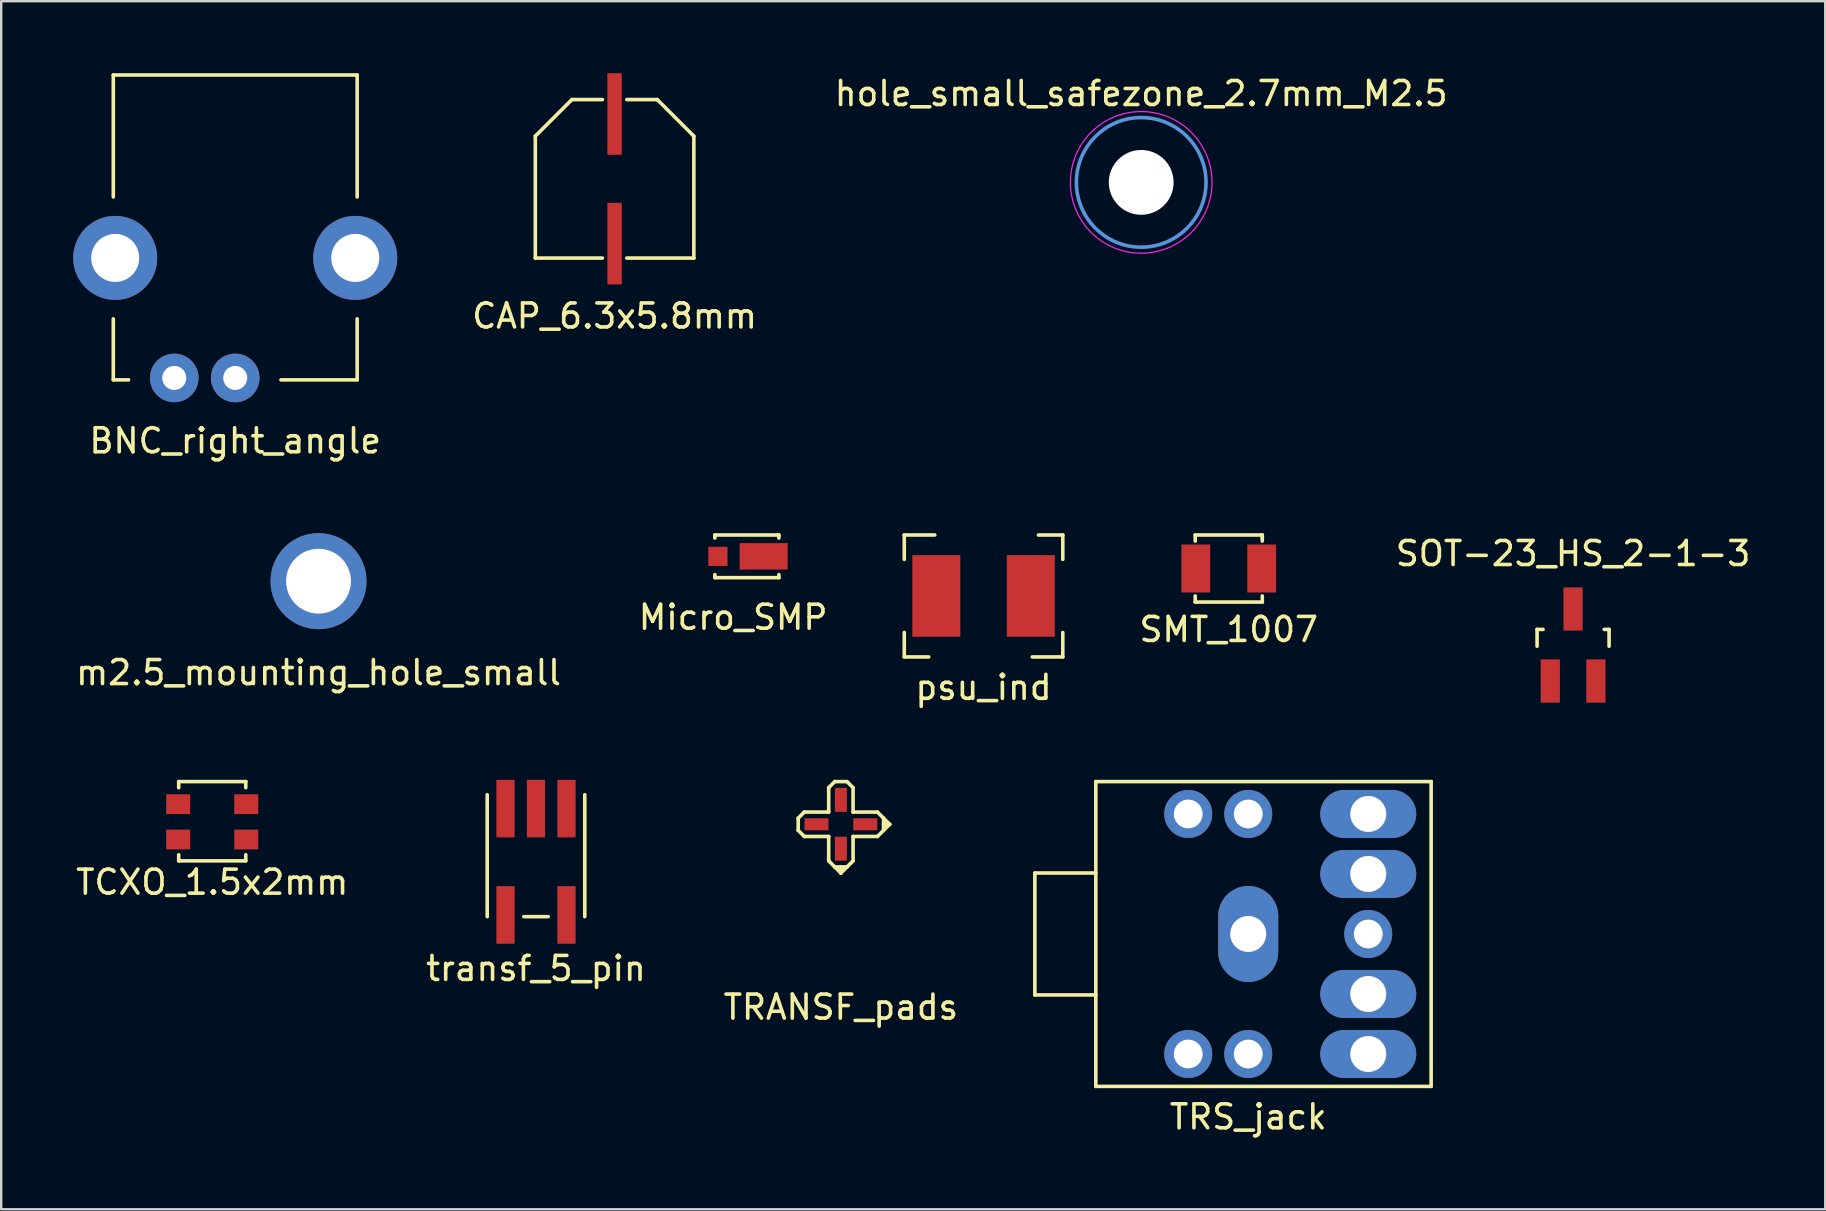
<source format=kicad_pcb>
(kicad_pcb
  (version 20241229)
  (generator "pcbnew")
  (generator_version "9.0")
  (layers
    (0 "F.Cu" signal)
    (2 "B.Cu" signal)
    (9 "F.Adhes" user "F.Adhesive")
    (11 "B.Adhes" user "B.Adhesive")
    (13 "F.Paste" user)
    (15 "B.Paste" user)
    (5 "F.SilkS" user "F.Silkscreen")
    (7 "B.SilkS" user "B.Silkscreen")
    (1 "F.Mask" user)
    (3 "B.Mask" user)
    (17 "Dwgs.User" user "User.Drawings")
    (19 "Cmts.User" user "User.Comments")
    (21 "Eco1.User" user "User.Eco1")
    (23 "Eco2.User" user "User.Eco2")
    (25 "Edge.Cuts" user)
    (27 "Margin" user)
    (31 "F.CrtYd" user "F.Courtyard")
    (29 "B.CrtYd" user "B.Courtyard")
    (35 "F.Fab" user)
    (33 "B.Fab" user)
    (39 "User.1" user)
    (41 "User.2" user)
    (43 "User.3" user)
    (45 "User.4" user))
  (footprint "m2.5_mounting_hole_small"
    (layer "F.Cu")
    (at 10.22 21.163)
    (property "Reference" "m2.5_mounting_hole_small" (at 0 3.81 0) (layer "F.SilkS") (effects (font (size 1 1) (thickness 0.15))))
    (attr through_hole)
    (pad "1" thru_hole circle (at 0 0) (size 4 4) (drill 2.7) (layers "*.Cu" "*.Mask")))
  (footprint "TRS_jack"
    (layer "F.Cu")
    (at 48.953 35.861)
    (property "Reference" "TRS_jack" (at 0 7.62 0) (layer "F.SilkS") (effects (font (size 1 1) (thickness 0.15))))
    (attr through_hole)
    (fp_line (start -8.89 -2.54) (end -8.89 2.54) (stroke (width 0.15) (type solid)) (layer "F.SilkS"))
    (fp_line (start -8.89 2.54) (end -6.35 2.54) (stroke (width 0.15) (type solid)) (layer "F.SilkS"))
    (fp_line (start -6.35 -6.35) (end 7.62 -6.35) (stroke (width 0.15) (type solid)) (layer "F.SilkS"))
    (fp_line (start -6.35 -2.54) (end -8.89 -2.54) (stroke (width 0.15) (type solid)) (layer "F.SilkS"))
    (fp_line (start -6.35 6.35) (end -6.35 -6.35) (stroke (width 0.15) (type solid)) (layer "F.SilkS"))
    (fp_line (start 7.62 -6.35) (end 7.62 6.35) (stroke (width 0.15) (type solid)) (layer "F.SilkS"))
    (fp_line (start 7.62 6.35) (end -6.35 6.35) (stroke (width 0.15) (type solid)) (layer "F.SilkS"))
    (pad "" thru_hole circle (at -2.5 -5) (size 2 2) (drill 1.2) (layers "*.Cu" "*.Mask"))
    (pad "" thru_hole circle (at -2.5 5) (size 2 2) (drill 1.2) (layers "*.Cu" "*.Mask"))
    (pad "" thru_hole circle (at 0 -5) (size 2 2) (drill 1.2) (layers "*.Cu" "*.Mask"))
    (pad "" thru_hole circle (at 0 5) (size 2 2) (drill 1.2) (layers "*.Cu" "*.Mask"))
    (pad "" thru_hole circle (at 5 0) (size 2 2) (drill 1.2) (layers "*.Cu" "*.Mask"))
    (pad "1" thru_hole oval (at 0 0) (size 2.5 4) (drill 1.5) (layers "*.Cu" "*.Mask"))
    (pad "2" thru_hole oval (at 5 5) (size 4 2) (drill 1.5) (layers "*.Cu" "*.Mask"))
    (pad "3" thru_hole oval (at 5 -5) (size 4 2) (drill 1.5) (layers "*.Cu" "*.Mask"))
    (pad "4" thru_hole oval (at 5 2.5) (size 4 2) (drill 1.5) (layers "*.Cu" "*.Mask"))
    (pad "5" thru_hole oval (at 5 -2.5) (size 4 2) (drill 1.5) (layers "*.Cu" "*.Mask")))
  (footprint "Micro_SMP"
    (layer "F.Cu")
    (at 27.494 20.127)
    (property "Reference" "Micro_SMP" (at 0 2.54 0) (layer "F.SilkS") (effects (font (size 1 1) (thickness 0.15))))
    (attr through_hole)
    (fp_line (start -0.762 -0.889) (end -0.762 -0.762) (stroke (width 0.15) (type solid)) (layer "F.SilkS"))
    (fp_line (start -0.762 -0.889) (end 1.905 -0.889) (stroke (width 0.15) (type solid)) (layer "F.SilkS"))
    (fp_line (start -0.762 0.889) (end -0.762 0.762) (stroke (width 0.15) (type solid)) (layer "F.SilkS"))
    (fp_line (start -0.762 0.889) (end 1.905 0.889) (stroke (width 0.15) (type solid)) (layer "F.SilkS"))
    (fp_line (start 1.905 -0.889) (end 1.905 -0.762) (stroke (width 0.15) (type solid)) (layer "F.SilkS"))
    (fp_line (start 1.905 0.889) (end 1.905 0.762) (stroke (width 0.15) (type solid)) (layer "F.SilkS"))
    (pad "1" smd rect (at -0.635 0) (size 0.8 0.8) (layers "F.Cu" "F.Mask" "F.Paste"))
    (pad "2" smd rect (at 1.27 0) (size 2 1.1) (layers "F.Cu" "F.Mask" "F.Paste")))
  (footprint "transf_5_pin"
    (layer "F.Cu")
    (at 19.28 32.852)
    (property "Reference" "transf_5_pin" (at 0 4.445 0) (layer "F.SilkS") (effects (font (size 1 1) (thickness 0.15))))
    (attr through_hole)
    (fp_line (start -2.032 -2.794) (end -2.032 2.286) (stroke (width 0.15) (type solid)) (layer "F.SilkS"))
    (fp_line (start -0.508 2.286) (end 0.508 2.286) (stroke (width 0.15) (type solid)) (layer "F.SilkS"))
    (fp_line (start 2.032 -2.794) (end 2.032 2.286) (stroke (width 0.15) (type solid)) (layer "F.SilkS"))
    (pad "1" smd rect (at -1.27 2.215) (size 0.76 2.4) (layers "F.Cu" "F.Mask" "F.Paste"))
    (pad "2" smd rect (at 1.27 2.215) (size 0.76 2.4) (layers "F.Cu" "F.Mask" "F.Paste"))
    (pad "3" smd rect (at -1.27 -2.215) (size 0.76 2.4) (layers "F.Cu" "F.Mask" "F.Paste"))
    (pad "4" smd rect (at 0 -2.215) (size 0.76 2.4) (layers "F.Cu" "F.Mask" "F.Paste"))
    (pad "6" smd rect (at 1.27 -2.215) (size 0.76 2.4) (layers "F.Cu" "F.Mask" "F.Paste")))
  (footprint "SOT-23_HS_2-1-3"
    (layer "F.Cu")
    (at 62.486 23.822)
    (property "Reference" "SOT-23_HS_2-1-3" (at 0 -3.81 0) (layer "F.SilkS") (effects (font (size 1 1) (thickness 0.15))))
    (attr smd)
    (fp_line (start -1.5 -0.65) (end -1.251 -0.65) (stroke (width 0.15) (type solid)) (layer "F.SilkS"))
    (fp_line (start -1.5 0.051) (end -1.5 -0.65) (stroke (width 0.15) (type solid)) (layer "F.SilkS"))
    (fp_line (start 1.299 -0.65) (end 1.5 -0.65) (stroke (width 0.15) (type solid)) (layer "F.SilkS"))
    (fp_line (start 1.5 -0.65) (end 1.5 0.051) (stroke (width 0.15) (type solid)) (layer "F.SilkS"))
    (pad "1" smd rect (at 0 -1.501) (size 0.8 1.801) (layers "F.Cu" "F.Mask" "F.Paste"))
    (pad "2" smd rect (at -0.95 1.501) (size 0.8 1.801) (layers "F.Cu" "F.Mask" "F.Paste"))
    (pad "3" smd rect (at 0.95 1.501) (size 0.8 1.801) (layers "F.Cu" "F.Mask" "F.Paste")))
  (footprint "psu_ind"
    (layer "F.Cu")
    (at 37.925 21.778)
    (property "Reference" "psu_ind" (at 0 3.81 0) (layer "F.SilkS") (effects (font (size 1 1) (thickness 0.15))))
    (attr through_hole)
    (fp_line (start -3.302 -2.54) (end -3.302 -1.524) (stroke (width 0.15) (type solid)) (layer "F.SilkS"))
    (fp_line (start -3.302 1.524) (end -3.302 2.54) (stroke (width 0.15) (type solid)) (layer "F.SilkS"))
    (fp_line (start -3.302 2.54) (end -2.286 2.54) (stroke (width 0.15) (type solid)) (layer "F.SilkS"))
    (fp_line (start -2.032 -2.54) (end -3.302 -2.54) (stroke (width 0.15) (type solid)) (layer "F.SilkS"))
    (fp_line (start 2.032 2.54) (end 3.302 2.54) (stroke (width 0.15) (type solid)) (layer "F.SilkS"))
    (fp_line (start 2.286 -2.54) (end 3.302 -2.54) (stroke (width 0.15) (type solid)) (layer "F.SilkS"))
    (fp_line (start 3.302 -2.54) (end 3.302 -1.524) (stroke (width 0.15) (type solid)) (layer "F.SilkS"))
    (fp_line (start 3.302 2.54) (end 3.302 1.524) (stroke (width 0.15) (type solid)) (layer "F.SilkS"))
    (pad "1" smd rect (at -1.968 0) (size 2 3.4) (layers "F.Cu" "F.Mask" "F.Paste"))
    (pad "2" smd rect (at 1.968 0) (size 2 3.4) (layers "F.Cu" "F.Mask" "F.Paste")))
  (footprint "BNC_right_angle"
    (layer "F.Cu")
    (at 6.75 7.695)
    (property "Reference" "BNC_right_angle" (at 0 7.62 0) (layer "F.SilkS") (effects (font (size 1 1) (thickness 0.15))))
    (attr through_hole)
    (fp_line (start -5.08 -7.62) (end 5.08 -7.62) (stroke (width 0.15) (type solid)) (layer "F.SilkS"))
    (fp_line (start -5.08 -2.54) (end -5.08 -7.62) (stroke (width 0.15) (type solid)) (layer "F.SilkS"))
    (fp_line (start -5.08 5.08) (end -5.08 2.54) (stroke (width 0.15) (type solid)) (layer "F.SilkS"))
    (fp_line (start -4.445 5.08) (end -5.08 5.08) (stroke (width 0.15) (type solid)) (layer "F.SilkS"))
    (fp_line (start 5.08 -7.62) (end 5.08 -2.54) (stroke (width 0.15) (type solid)) (layer "F.SilkS"))
    (fp_line (start 5.08 2.54) (end 5.08 5.08) (stroke (width 0.15) (type solid)) (layer "F.SilkS"))
    (fp_line (start 5.08 5.08) (end 1.905 5.08) (stroke (width 0.15) (type solid)) (layer "F.SilkS"))
    (pad "" thru_hole circle (at -5 0) (size 3.5 3.5) (drill 2) (layers "*.Cu" "*.Mask"))
    (pad "" thru_hole circle (at 5 0) (size 3.5 3.5) (drill 2) (layers "*.Cu" "*.Mask"))
    (pad "1" thru_hole circle (at 0 5) (size 2.024 2.024) (drill 1) (layers "*.Cu" "*.Mask"))
    (pad "2" thru_hole circle (at -2.54 5) (size 2.024 2.024) (drill 1) (layers "*.Cu" "*.Mask")))
  (footprint "TCXO_1.5x2mm"
    (layer "F.Cu")
    (at 5.792 31.163)
    (property "Reference" "TCXO_1.5x2mm" (at 0 2.54 0) (layer "F.SilkS") (effects (font (size 1 1) (thickness 0.15))))
    (attr through_hole)
    (fp_line (start -1.397 -1.651) (end 1.397 -1.651) (stroke (width 0.15) (type solid)) (layer "F.SilkS"))
    (fp_line (start -1.397 -1.397) (end -1.397 -1.651) (stroke (width 0.15) (type solid)) (layer "F.SilkS"))
    (fp_line (start -1.397 1.397) (end -1.397 1.651) (stroke (width 0.15) (type solid)) (layer "F.SilkS"))
    (fp_line (start -1.397 1.651) (end 1.397 1.651) (stroke (width 0.15) (type solid)) (layer "F.SilkS"))
    (fp_line (start 1.397 -1.651) (end 1.397 -1.397) (stroke (width 0.15) (type solid)) (layer "F.SilkS"))
    (fp_line (start 1.397 1.651) (end 1.397 1.397) (stroke (width 0.15) (type solid)) (layer "F.SilkS"))
    (pad "1" smd rect (at -1.418 0.762) (size 1 0.825) (layers "F.Cu" "F.Mask" "F.Paste"))
    (pad "3" smd rect (at 1.418 0.762) (size 1 0.825) (layers "F.Cu" "F.Mask" "F.Paste"))
    (pad "4" smd rect (at 1.418 -0.711) (size 1 0.825) (layers "F.Cu" "F.Mask" "F.Paste"))
    (pad "6" smd rect (at -1.418 -0.711) (size 1 0.825) (layers "F.Cu" "F.Mask" "F.Paste")))
  (footprint "TRANSF_pads"
    (layer "F.Cu")
    (at 31.982 31.29)
    (property "Reference" "TRANSF_pads" (at 0 7.62 0) (layer "F.SilkS") (effects (font (size 1 1) (thickness 0.15))))
    (attr through_hole)
    (fp_line (start -1.778 -0.254) (end -1.778 0.254) (stroke (width 0.15) (type solid)) (layer "F.SilkS"))
    (fp_line (start -1.778 0.254) (end -1.524 0.508) (stroke (width 0.15) (type solid)) (layer "F.SilkS"))
    (fp_line (start -1.524 -0.508) (end -1.778 -0.254) (stroke (width 0.15) (type solid)) (layer "F.SilkS"))
    (fp_line (start -1.524 0.508) (end -0.508 0.508) (stroke (width 0.15) (type solid)) (layer "F.SilkS"))
    (fp_line (start -0.508 -1.524) (end -0.508 -0.508) (stroke (width 0.15) (type solid)) (layer "F.SilkS"))
    (fp_line (start -0.508 -0.508) (end -1.524 -0.508) (stroke (width 0.15) (type solid)) (layer "F.SilkS"))
    (fp_line (start -0.508 0.508) (end -0.508 1.524) (stroke (width 0.15) (type solid)) (layer "F.SilkS"))
    (fp_line (start -0.508 1.524) (end -0.254 1.778) (stroke (width 0.15) (type solid)) (layer "F.SilkS"))
    (fp_line (start -0.254 -1.778) (end -0.508 -1.524) (stroke (width 0.15) (type solid)) (layer "F.SilkS"))
    (fp_line (start -0.254 1.778) (end 0.254 1.778) (stroke (width 0.15) (type solid)) (layer "F.SilkS"))
    (fp_line (start 0 1.778) (end 0 2.032) (stroke (width 0.15) (type solid)) (layer "F.SilkS"))
    (fp_line (start 0 2.032) (end -0.254 1.778) (stroke (width 0.15) (type solid)) (layer "F.SilkS"))
    (fp_line (start 0 2.032) (end 0.254 1.778) (stroke (width 0.15) (type solid)) (layer "F.SilkS"))
    (fp_line (start 0.254 -1.778) (end -0.254 -1.778) (stroke (width 0.15) (type solid)) (layer "F.SilkS"))
    (fp_line (start 0.254 1.778) (end 0.508 1.524) (stroke (width 0.15) (type solid)) (layer "F.SilkS"))
    (fp_line (start 0.508 -1.524) (end 0.254 -1.778) (stroke (width 0.15) (type solid)) (layer "F.SilkS"))
    (fp_line (start 0.508 -0.508) (end 0.508 -1.524) (stroke (width 0.15) (type solid)) (layer "F.SilkS"))
    (fp_line (start 0.508 0.508) (end 1.524 0.508) (stroke (width 0.15) (type solid)) (layer "F.SilkS"))
    (fp_line (start 0.508 1.524) (end 0.508 0.508) (stroke (width 0.15) (type solid)) (layer "F.SilkS"))
    (fp_line (start 1.524 -0.508) (end 0.508 -0.508) (stroke (width 0.15) (type solid)) (layer "F.SilkS"))
    (fp_line (start 1.524 0.508) (end 1.778 0.254) (stroke (width 0.15) (type solid)) (layer "F.SilkS"))
    (fp_line (start 1.778 -0.254) (end 1.524 -0.508) (stroke (width 0.15) (type solid)) (layer "F.SilkS"))
    (fp_line (start 1.778 0) (end 2.032 0) (stroke (width 0.15) (type solid)) (layer "F.SilkS"))
    (fp_line (start 1.778 0.254) (end 1.778 -0.254) (stroke (width 0.15) (type solid)) (layer "F.SilkS"))
    (fp_line (start 2.032 0) (end 1.778 -0.254) (stroke (width 0.15) (type solid)) (layer "F.SilkS"))
    (fp_line (start 2.032 0) (end 1.778 0.254) (stroke (width 0.15) (type solid)) (layer "F.SilkS"))
    (pad "1" smd rect (at 0 -1.016) (size 0.5 1) (layers "F.Cu" "F.Mask" "F.Paste"))
    (pad "2" smd rect (at 0 1.016) (size 0.5 1) (layers "F.Cu" "F.Mask" "F.Paste"))
    (pad "3" smd rect (at -1.016 0) (size 1 0.5) (layers "F.Cu" "F.Mask" "F.Paste"))
    (pad "4" smd rect (at 1.016 0) (size 1 0.5) (layers "F.Cu" "F.Mask" "F.Paste")))
  (footprint "CAP_6.3x5.8mm"
    (layer "F.Cu")
    (at 22.554 4.4)
    (property "Reference" "CAP_6.3x5.8mm" (at 0 5.715 0) (layer "F.SilkS") (effects (font (size 1 1) (thickness 0.15))))
    (attr through_hole)
    (fp_line (start -3.302 -1.778) (end -3.302 3.302) (stroke (width 0.15) (type solid)) (layer "F.SilkS"))
    (fp_line (start -3.302 -1.778) (end -1.778 -3.302) (stroke (width 0.15) (type solid)) (layer "F.SilkS"))
    (fp_line (start -3.302 3.302) (end -0.508 3.302) (stroke (width 0.15) (type solid)) (layer "F.SilkS"))
    (fp_line (start -1.778 -3.302) (end -0.508 -3.302) (stroke (width 0.15) (type solid)) (layer "F.SilkS"))
    (fp_line (start 1.778 -3.302) (end 0.508 -3.302) (stroke (width 0.15) (type solid)) (layer "F.SilkS"))
    (fp_line (start 1.778 -3.302) (end 3.302 -1.778) (stroke (width 0.15) (type solid)) (layer "F.SilkS"))
    (fp_line (start 3.302 -1.778) (end 3.302 3.302) (stroke (width 0.15) (type solid)) (layer "F.SilkS"))
    (fp_line (start 3.302 3.302) (end 0.508 3.302) (stroke (width 0.15) (type solid)) (layer "F.SilkS"))
    (pad "1" smd rect (at 0 -2.7) (size 0.6 3.4) (layers "F.Cu" "F.Mask" "F.Paste"))
    (pad "2" smd rect (at 0 2.7) (size 0.6 3.4) (layers "F.Cu" "F.Mask" "F.Paste")))
  (footprint "hole_small_safezone_2.7mm_M2.5"
    (layer "F.Cu")
    (at 44.494 4.548)
    (property "Reference" "hole_small_safezone_2.7mm_M2.5" (at 0 -3.7 0) (layer "F.SilkS") (effects (font (size 1 1) (thickness 0.15))))
    (attr through_hole)
    (fp_circle (center 0 0) (end 2.7 0) (stroke (width 0.15) (type solid)) (fill no) (layer "Cmts.User"))
    (fp_circle (center 0 0) (end 2.95 0) (stroke (width 0.05) (type solid)) (fill no) (layer "F.CrtYd"))
    (pad "" np_thru_hole circle (at 0 0) (size 2.7 2.7) (drill 2.7) (layers "*.Cu" "*.Mask")))
  (footprint "SMT_1007"
    (layer "F.Cu")
    (at 48.141 20.635)
    (property "Reference" "SMT_1007" (at 0 2.54 0) (layer "F.SilkS") (effects (font (size 1 1) (thickness 0.15))))
    (attr through_hole)
    (fp_line (start -1.397 -1.397) (end -1.397 -1.143) (stroke (width 0.15) (type solid)) (layer "F.SilkS"))
    (fp_line (start -1.397 -1.397) (end 1.397 -1.397) (stroke (width 0.15) (type solid)) (layer "F.SilkS"))
    (fp_line (start -1.397 1.143) (end -1.397 1.397) (stroke (width 0.15) (type solid)) (layer "F.SilkS"))
    (fp_line (start -1.397 1.397) (end 1.397 1.397) (stroke (width 0.15) (type solid)) (layer "F.SilkS"))
    (fp_line (start 1.397 -1.397) (end 1.397 -1.27) (stroke (width 0.15) (type solid)) (layer "F.SilkS"))
    (fp_line (start 1.397 -1.27) (end 1.397 -1.143) (stroke (width 0.15) (type solid)) (layer "F.SilkS"))
    (fp_line (start 1.397 1.397) (end 1.397 1.143) (stroke (width 0.15) (type solid)) (layer "F.SilkS"))
    (pad "1" smd rect (at -1.372 0) (size 1.2 2) (layers "F.Cu" "F.Mask" "F.Paste"))
    (pad "2" smd rect (at 1.372 0) (size 1.2 2) (layers "F.Cu" "F.Mask" "F.Paste")))
  (gr_rect
    (start -3 -3)
    (end 72.992 47.33)
    (stroke (width 0.1) (type default))
    (fill no)
    (layer "Edge.Cuts")))
</source>
